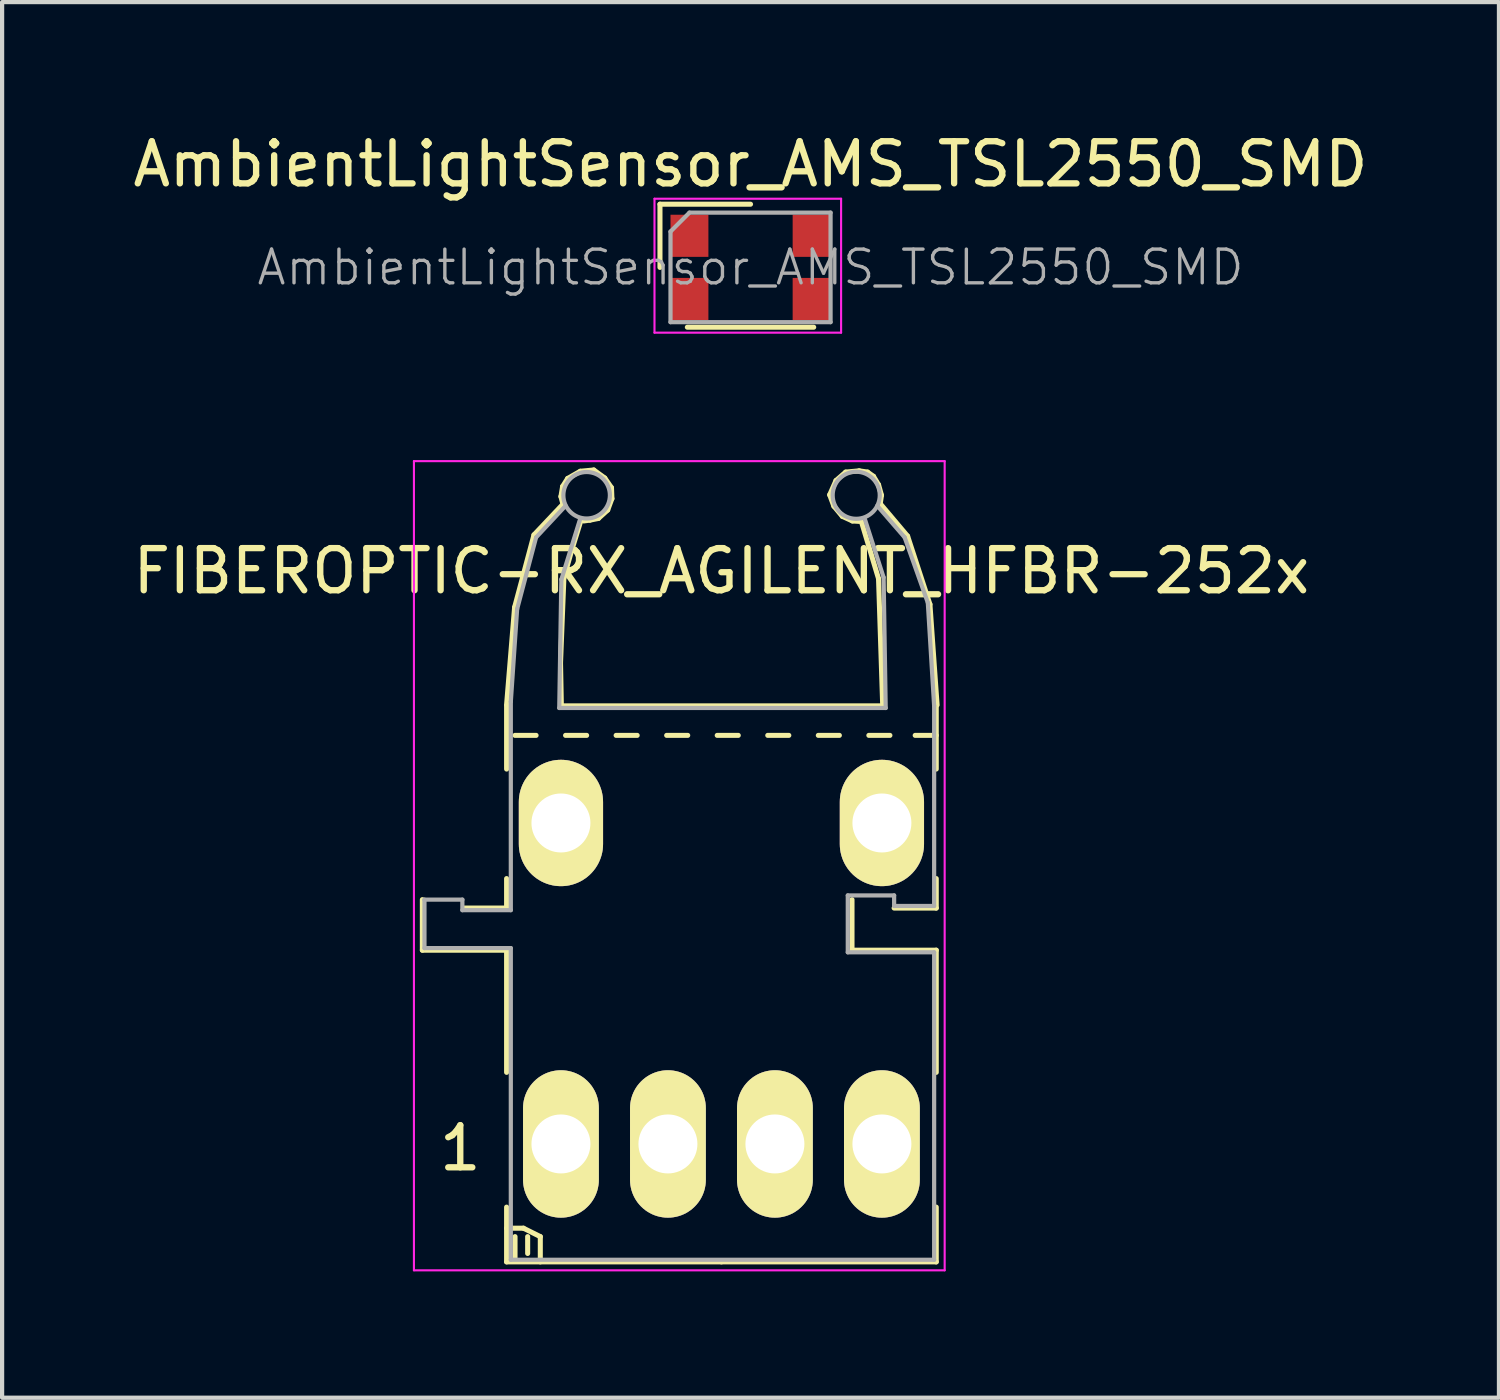
<source format=kicad_pcb>
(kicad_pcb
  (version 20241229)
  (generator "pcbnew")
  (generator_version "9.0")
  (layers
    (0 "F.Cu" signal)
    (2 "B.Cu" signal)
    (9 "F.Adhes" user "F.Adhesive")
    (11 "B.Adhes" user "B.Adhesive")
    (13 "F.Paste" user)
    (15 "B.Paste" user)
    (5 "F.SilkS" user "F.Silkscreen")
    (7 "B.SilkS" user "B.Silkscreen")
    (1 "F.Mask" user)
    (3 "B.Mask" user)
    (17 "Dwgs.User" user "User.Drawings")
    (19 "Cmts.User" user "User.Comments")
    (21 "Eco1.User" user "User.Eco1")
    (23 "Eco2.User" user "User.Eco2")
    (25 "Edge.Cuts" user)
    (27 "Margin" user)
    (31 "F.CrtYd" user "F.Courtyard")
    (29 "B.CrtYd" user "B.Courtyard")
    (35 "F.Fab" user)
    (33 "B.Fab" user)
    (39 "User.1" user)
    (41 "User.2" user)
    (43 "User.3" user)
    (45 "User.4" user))
  (footprint "AmbientLightSensor_AMS_TSL2550_SMD"
    (layer "F.Cu")
    (at 14.768 3.298)
    (property "Reference" "AmbientLightSensor_AMS_TSL2550_SMD" (at 0 -2.45 0) (layer "F.SilkS") (effects (font (size 1 1) (thickness 0.15))))
    (attr smd)
    (fp_line (start -2.15 -1.5) (end 0 -1.5) (stroke (width 0.12) (type solid)) (layer "F.SilkS"))
    (fp_line (start -2.15 0) (end -2.15 -1.5) (stroke (width 0.12) (type solid)) (layer "F.SilkS"))
    (fp_line (start -1.5 1.42) (end 1.5 1.42) (stroke (width 0.12) (type solid)) (layer "F.SilkS"))
    (fp_line (start -2.28 -1.63) (end -2.28 1.55) (stroke (width 0.05) (type solid)) (layer "F.CrtYd"))
    (fp_line (start -2.28 -1.63) (end 2.15 -1.63) (stroke (width 0.05) (type solid)) (layer "F.CrtYd"))
    (fp_line (start 2.15 1.55) (end -2.28 1.55) (stroke (width 0.05) (type solid)) (layer "F.CrtYd"))
    (fp_line (start 2.15 1.55) (end 2.15 -1.63) (stroke (width 0.05) (type solid)) (layer "F.CrtYd"))
    (fp_line (start -1.9 -0.85) (end -1.9 1.3) (stroke (width 0.1) (type solid)) (layer "F.Fab"))
    (fp_line (start -1.9 1.3) (end 1.9 1.3) (stroke (width 0.1) (type solid)) (layer "F.Fab"))
    (fp_line (start -1.45 -1.3) (end -1.9 -0.85) (stroke (width 0.1) (type solid)) (layer "F.Fab"))
    (fp_line (start 1.9 -1.3) (end -1.45 -1.3) (stroke (width 0.1) (type solid)) (layer "F.Fab"))
    (fp_line (start 1.9 1.3) (end 1.9 -1.3) (stroke (width 0.1) (type solid)) (layer "F.Fab"))
    (fp_text user "${REFERENCE}" (at 0 0 0) (layer "F.Fab") (effects (font (size 0.8 0.8) (thickness 0.08))))
    (pad "1" smd rect (at -1.45 -0.75) (size 0.9 1) (layers "F.Cu" "F.Mask" "F.Paste"))
    (pad "2" smd rect (at -1.45 0.75) (size 0.9 1) (layers "F.Cu" "F.Mask" "F.Paste"))
    (pad "3" smd rect (at 1.45 0.75) (size 0.9 1) (layers "F.Cu" "F.Mask" "F.Paste"))
    (pad "4" smd rect (at 1.45 -0.75) (size 0.9 1) (layers "F.Cu" "F.Mask" "F.Paste")))
  (footprint "FIBEROPTIC-RX_AGILENT_HFBR-252x"
    (layer "F.Cu")
    (at 10.267 24.108)
    (property "Reference" "FIBEROPTIC-RX_AGILENT_HFBR-252x" (at 3.81 -13.6 0) (layer "F.SilkS") (effects (font (size 1 1) (thickness 0.15))))
    (attr through_hole)
    (fp_line (start -3.29 -4.6) (end -3.29 -5.8) (stroke (width 0.12) (type solid)) (layer "F.SilkS"))
    (fp_line (start -2.29 -5.6) (end -1.29 -5.6) (stroke (width 0.12) (type solid)) (layer "F.SilkS"))
    (fp_line (start -1.29 -10.43) (end -1.1 -12.74) (stroke (width 0.12) (type solid)) (layer "F.SilkS"))
    (fp_line (start -1.29 -10.4) (end -1.29 -8.9) (stroke (width 0.12) (type solid)) (layer "F.SilkS"))
    (fp_line (start -1.29 -5.6) (end -1.29 -6.3) (stroke (width 0.12) (type solid)) (layer "F.SilkS"))
    (fp_line (start -1.29 -4.6) (end -3.29 -4.6) (stroke (width 0.12) (type solid)) (layer "F.SilkS"))
    (fp_line (start -1.29 -4.6) (end -1.29 -1.7) (stroke (width 0.12) (type solid)) (layer "F.SilkS"))
    (fp_line (start -1.29 2) (end -0.89 2) (stroke (width 0.12) (type solid)) (layer "F.SilkS"))
    (fp_line (start -1.29 2.8) (end -1.29 1.5) (stroke (width 0.12) (type solid)) (layer "F.SilkS"))
    (fp_line (start -1.1 -12.74) (end -0.64 -14.46) (stroke (width 0.12) (type solid)) (layer "F.SilkS"))
    (fp_line (start -1.09 2.2) (end -1.09 2.7) (stroke (width 0.12) (type solid)) (layer "F.SilkS"))
    (fp_line (start -0.89 2) (end -0.49 2.2) (stroke (width 0.12) (type solid)) (layer "F.SilkS"))
    (fp_line (start -0.79 2.2) (end -0.79 2.6) (stroke (width 0.12) (type solid)) (layer "F.SilkS"))
    (fp_line (start -0.64 -14.46) (end 0.04 -15.18) (stroke (width 0.12) (type solid)) (layer "F.SilkS"))
    (fp_line (start -0.59 -9.7) (end -1.09 -9.7) (stroke (width 0.12) (type solid)) (layer "F.SilkS"))
    (fp_line (start -0.49 2.2) (end -0.49 2.8) (stroke (width 0.12) (type solid)) (layer "F.SilkS"))
    (fp_line (start -0.01 -11.42) (end 0.07 -13.44) (stroke (width 0.12) (type solid)) (layer "F.SilkS"))
    (fp_line (start 0 -15.37) (end 0.05 -15.18) (stroke (width 0.12) (type solid)) (layer "F.SilkS"))
    (fp_line (start 0.01 -10.4) (end -0.01 -11.42) (stroke (width 0.12) (type solid)) (layer "F.SilkS"))
    (fp_line (start 0.04 -15.61) (end 0 -15.37) (stroke (width 0.12) (type solid)) (layer "F.SilkS"))
    (fp_line (start 0.07 -13.44) (end 0.26 -14.11) (stroke (width 0.12) (type solid)) (layer "F.SilkS"))
    (fp_line (start 0.16 -15.8) (end 0.04 -15.61) (stroke (width 0.12) (type solid)) (layer "F.SilkS"))
    (fp_line (start 0.26 -14.11) (end 0.48 -14.82) (stroke (width 0.12) (type solid)) (layer "F.SilkS"))
    (fp_line (start 0.46 -15.97) (end 0.16 -15.8) (stroke (width 0.12) (type solid)) (layer "F.SilkS"))
    (fp_line (start 0.54 -14.79) (end 0.69 -14.81) (stroke (width 0.12) (type solid)) (layer "F.SilkS"))
    (fp_line (start 0.61 -9.7) (end 0.11 -9.7) (stroke (width 0.12) (type solid)) (layer "F.SilkS"))
    (fp_line (start 0.69 -14.81) (end 0.89 -14.85) (stroke (width 0.12) (type solid)) (layer "F.SilkS"))
    (fp_line (start 0.78 -16) (end 0.46 -15.97) (stroke (width 0.12) (type solid)) (layer "F.SilkS"))
    (fp_line (start 0.89 -14.85) (end 1.11 -15.05) (stroke (width 0.12) (type solid)) (layer "F.SilkS"))
    (fp_line (start 1.04 -15.81) (end 0.78 -16) (stroke (width 0.12) (type solid)) (layer "F.SilkS"))
    (fp_line (start 1.11 -15.05) (end 1.21 -15.32) (stroke (width 0.12) (type solid)) (layer "F.SilkS"))
    (fp_line (start 1.2 -15.58) (end 1.04 -15.81) (stroke (width 0.12) (type solid)) (layer "F.SilkS"))
    (fp_line (start 1.21 -15.32) (end 1.2 -15.58) (stroke (width 0.12) (type solid)) (layer "F.SilkS"))
    (fp_line (start 1.81 -9.7) (end 1.31 -9.7) (stroke (width 0.12) (type solid)) (layer "F.SilkS"))
    (fp_line (start 3.01 -9.7) (end 2.51 -9.7) (stroke (width 0.12) (type solid)) (layer "F.SilkS"))
    (fp_line (start 3.81 2.8) (end -1.29 2.8) (stroke (width 0.12) (type solid)) (layer "F.SilkS"))
    (fp_line (start 3.81 2.8) (end 8.91 2.8) (stroke (width 0.12) (type solid)) (layer "F.SilkS"))
    (fp_line (start 4.21 -9.7) (end 3.71 -9.7) (stroke (width 0.12) (type solid)) (layer "F.SilkS"))
    (fp_line (start 5.41 -9.7) (end 4.91 -9.7) (stroke (width 0.12) (type solid)) (layer "F.SilkS"))
    (fp_line (start 6.38 -15.41) (end 6.48 -15.14) (stroke (width 0.12) (type solid)) (layer "F.SilkS"))
    (fp_line (start 6.48 -15.14) (end 6.68 -14.9) (stroke (width 0.12) (type solid)) (layer "F.SilkS"))
    (fp_line (start 6.53 -15.75) (end 6.38 -15.41) (stroke (width 0.12) (type solid)) (layer "F.SilkS"))
    (fp_line (start 6.61 -9.7) (end 6.11 -9.7) (stroke (width 0.12) (type solid)) (layer "F.SilkS"))
    (fp_line (start 6.68 -14.9) (end 6.92 -14.79) (stroke (width 0.12) (type solid)) (layer "F.SilkS"))
    (fp_line (start 6.76 -15.95) (end 6.53 -15.75) (stroke (width 0.12) (type solid)) (layer "F.SilkS"))
    (fp_line (start 6.91 -4.6) (end 6.91 -5.8) (stroke (width 0.12) (type solid)) (layer "F.SilkS"))
    (fp_line (start 6.92 -14.79) (end 7.08 -14.78) (stroke (width 0.12) (type solid)) (layer "F.SilkS"))
    (fp_line (start 7.08 -15.98) (end 6.76 -15.95) (stroke (width 0.12) (type solid)) (layer "F.SilkS"))
    (fp_line (start 7.28 -15.95) (end 7.08 -15.98) (stroke (width 0.12) (type solid)) (layer "F.SilkS"))
    (fp_line (start 7.42 -15.85) (end 7.28 -15.95) (stroke (width 0.12) (type solid)) (layer "F.SilkS"))
    (fp_line (start 7.54 -15.65) (end 7.42 -15.85) (stroke (width 0.12) (type solid)) (layer "F.SilkS"))
    (fp_line (start 7.54 -13.42) (end 7.12 -14.82) (stroke (width 0.12) (type solid)) (layer "F.SilkS"))
    (fp_line (start 7.58 -15.2) (end 7.61 -15.4) (stroke (width 0.12) (type solid)) (layer "F.SilkS"))
    (fp_line (start 7.61 -15.4) (end 7.54 -15.65) (stroke (width 0.12) (type solid)) (layer "F.SilkS"))
    (fp_line (start 7.61 -10.4) (end 0.01 -10.4) (stroke (width 0.12) (type solid)) (layer "F.SilkS"))
    (fp_line (start 7.64 -10.37) (end 7.54 -13.42) (stroke (width 0.12) (type solid)) (layer "F.SilkS"))
    (fp_line (start 7.81 -9.7) (end 7.31 -9.7) (stroke (width 0.12) (type solid)) (layer "F.SilkS"))
    (fp_line (start 7.91 -5.6) (end 8.91 -5.6) (stroke (width 0.12) (type solid)) (layer "F.SilkS"))
    (fp_line (start 8.23 -14.43) (end 7.58 -15.2) (stroke (width 0.12) (type solid)) (layer "F.SilkS"))
    (fp_line (start 8.76 -12.81) (end 8.23 -14.43) (stroke (width 0.12) (type solid)) (layer "F.SilkS"))
    (fp_line (start 8.91 -9.7) (end 8.41 -9.7) (stroke (width 0.12) (type solid)) (layer "F.SilkS"))
    (fp_line (start 8.91 -8.9) (end 8.91 -10.4) (stroke (width 0.12) (type solid)) (layer "F.SilkS"))
    (fp_line (start 8.91 -5.6) (end 8.91 -6.3) (stroke (width 0.12) (type solid)) (layer "F.SilkS"))
    (fp_line (start 8.91 -4.6) (end 6.91 -4.6) (stroke (width 0.12) (type solid)) (layer "F.SilkS"))
    (fp_line (start 8.91 -1.7) (end 8.91 -4.6) (stroke (width 0.12) (type solid)) (layer "F.SilkS"))
    (fp_line (start 8.91 2.8) (end 8.91 1.5) (stroke (width 0.12) (type solid)) (layer "F.SilkS"))
    (fp_line (start 8.93 -10.42) (end 8.76 -12.81) (stroke (width 0.12) (type solid)) (layer "F.SilkS"))
    (fp_line (start -3.49 -16.21) (end -3.49 3) (stroke (width 0.05) (type solid)) (layer "F.CrtYd"))
    (fp_line (start -3.49 -16.21) (end 9.11 -16.21) (stroke (width 0.05) (type solid)) (layer "F.CrtYd"))
    (fp_line (start 9.11 3) (end -3.49 3) (stroke (width 0.05) (type solid)) (layer "F.CrtYd"))
    (fp_line (start 9.11 3) (end 9.11 -16.21) (stroke (width 0.05) (type solid)) (layer "F.CrtYd"))
    (fp_line (start -3.24 -5.8) (end -3.24 -4.65) (stroke (width 0.1) (type solid)) (layer "F.Fab"))
    (fp_line (start -3.24 -4.65) (end -1.19 -4.65) (stroke (width 0.1) (type solid)) (layer "F.Fab"))
    (fp_line (start -2.34 -5.8) (end -3.24 -5.8) (stroke (width 0.1) (type solid)) (layer "F.Fab"))
    (fp_line (start -2.34 -5.55) (end -2.34 -5.8) (stroke (width 0.1) (type solid)) (layer "F.Fab"))
    (fp_line (start -1.19 -10.5) (end -1.19 -5.55) (stroke (width 0.1) (type solid)) (layer "F.Fab"))
    (fp_line (start -1.19 -5.55) (end -2.34 -5.55) (stroke (width 0.1) (type solid)) (layer "F.Fab"))
    (fp_line (start -1.19 -4.65) (end -1.19 2.75) (stroke (width 0.1) (type solid)) (layer "F.Fab"))
    (fp_line (start -1.19 2.75) (end 8.86 2.75) (stroke (width 0.1) (type solid)) (layer "F.Fab"))
    (fp_line (start -1.04 -12.7) (end -1.19 -10.5) (stroke (width 0.1) (type solid)) (layer "F.Fab"))
    (fp_line (start -0.59 -14.4) (end -1.04 -12.7) (stroke (width 0.1) (type solid)) (layer "F.Fab"))
    (fp_line (start -0.04 -10.35) (end 0.01 -13.4) (stroke (width 0.1) (type solid)) (layer "F.Fab"))
    (fp_line (start 0.01 -13.4) (end 0.46 -14.85) (stroke (width 0.1) (type solid)) (layer "F.Fab"))
    (fp_line (start 0.11 -15.15) (end -0.59 -14.4) (stroke (width 0.1) (type solid)) (layer "F.Fab"))
    (fp_line (start 6.81 -5.9) (end 7.91 -5.9) (stroke (width 0.1) (type solid)) (layer "F.Fab"))
    (fp_line (start 6.81 -4.55) (end 6.81 -5.9) (stroke (width 0.1) (type solid)) (layer "F.Fab"))
    (fp_line (start 7.21 -14.85) (end 7.66 -13.45) (stroke (width 0.1) (type solid)) (layer "F.Fab"))
    (fp_line (start 7.66 -13.45) (end 7.71 -10.35) (stroke (width 0.1) (type solid)) (layer "F.Fab"))
    (fp_line (start 7.71 -10.35) (end -0.04 -10.35) (stroke (width 0.1) (type solid)) (layer "F.Fab"))
    (fp_line (start 7.91 -5.9) (end 7.91 -5.65) (stroke (width 0.1) (type solid)) (layer "F.Fab"))
    (fp_line (start 7.91 -5.65) (end 8.86 -5.65) (stroke (width 0.1) (type solid)) (layer "F.Fab"))
    (fp_line (start 8.16 -14.4) (end 7.51 -15.15) (stroke (width 0.1) (type solid)) (layer "F.Fab"))
    (fp_line (start 8.71 -12.85) (end 8.16 -14.4) (stroke (width 0.1) (type solid)) (layer "F.Fab"))
    (fp_line (start 8.86 -10.4) (end 8.71 -12.85) (stroke (width 0.1) (type solid)) (layer "F.Fab"))
    (fp_line (start 8.86 -5.65) (end 8.86 -10.4) (stroke (width 0.1) (type solid)) (layer "F.Fab"))
    (fp_line (start 8.86 -4.55) (end 6.81 -4.55) (stroke (width 0.1) (type solid)) (layer "F.Fab"))
    (fp_line (start 8.86 2.75) (end 8.86 -4.55) (stroke (width 0.1) (type solid)) (layer "F.Fab"))
    (fp_circle (center 0.61 -15.4) (end 0.66 -14.85) (stroke (width 0.1) (type solid)) (fill no) (layer "F.Fab"))
    (fp_circle (center 7.01 -15.4) (end 7.51 -15.15) (stroke (width 0.1) (type solid)) (fill no) (layer "F.Fab"))
    (fp_text user "1" (at -2.39 0.1 0) (layer "F.SilkS") (effects (font (size 1 1) (thickness 0.15))))
    (pad "1" thru_hole oval (at 0 0) (size 1.8 3.5) (drill 1.4) (layers "*.Cu" "*.Mask" "F.SilkS"))
    (pad "2" thru_hole oval (at 2.54 0) (size 1.8 3.5) (drill 1.4) (layers "*.Cu" "*.Mask" "F.SilkS"))
    (pad "3" thru_hole oval (at 5.08 0) (size 1.8 3.5) (drill 1.4) (layers "*.Cu" "*.Mask" "F.SilkS"))
    (pad "4" thru_hole oval (at 7.62 0) (size 1.8 3.5) (drill 1.4) (layers "*.Cu" "*.Mask" "F.SilkS"))
    (pad "5" thru_hole oval (at 7.62 -7.62) (size 2 3) (drill 1.4) (layers "*.Cu" "*.Mask" "F.SilkS"))
    (pad "6" thru_hole oval (at 0 -7.62) (size 2 3) (drill 1.4) (layers "*.Cu" "*.Mask" "F.SilkS")))
  (gr_rect
    (start -3 -3)
    (end 32.536 30.133)
    (stroke (width 0.1) (type default))
    (fill no)
    (layer "Edge.Cuts")))
</source>
